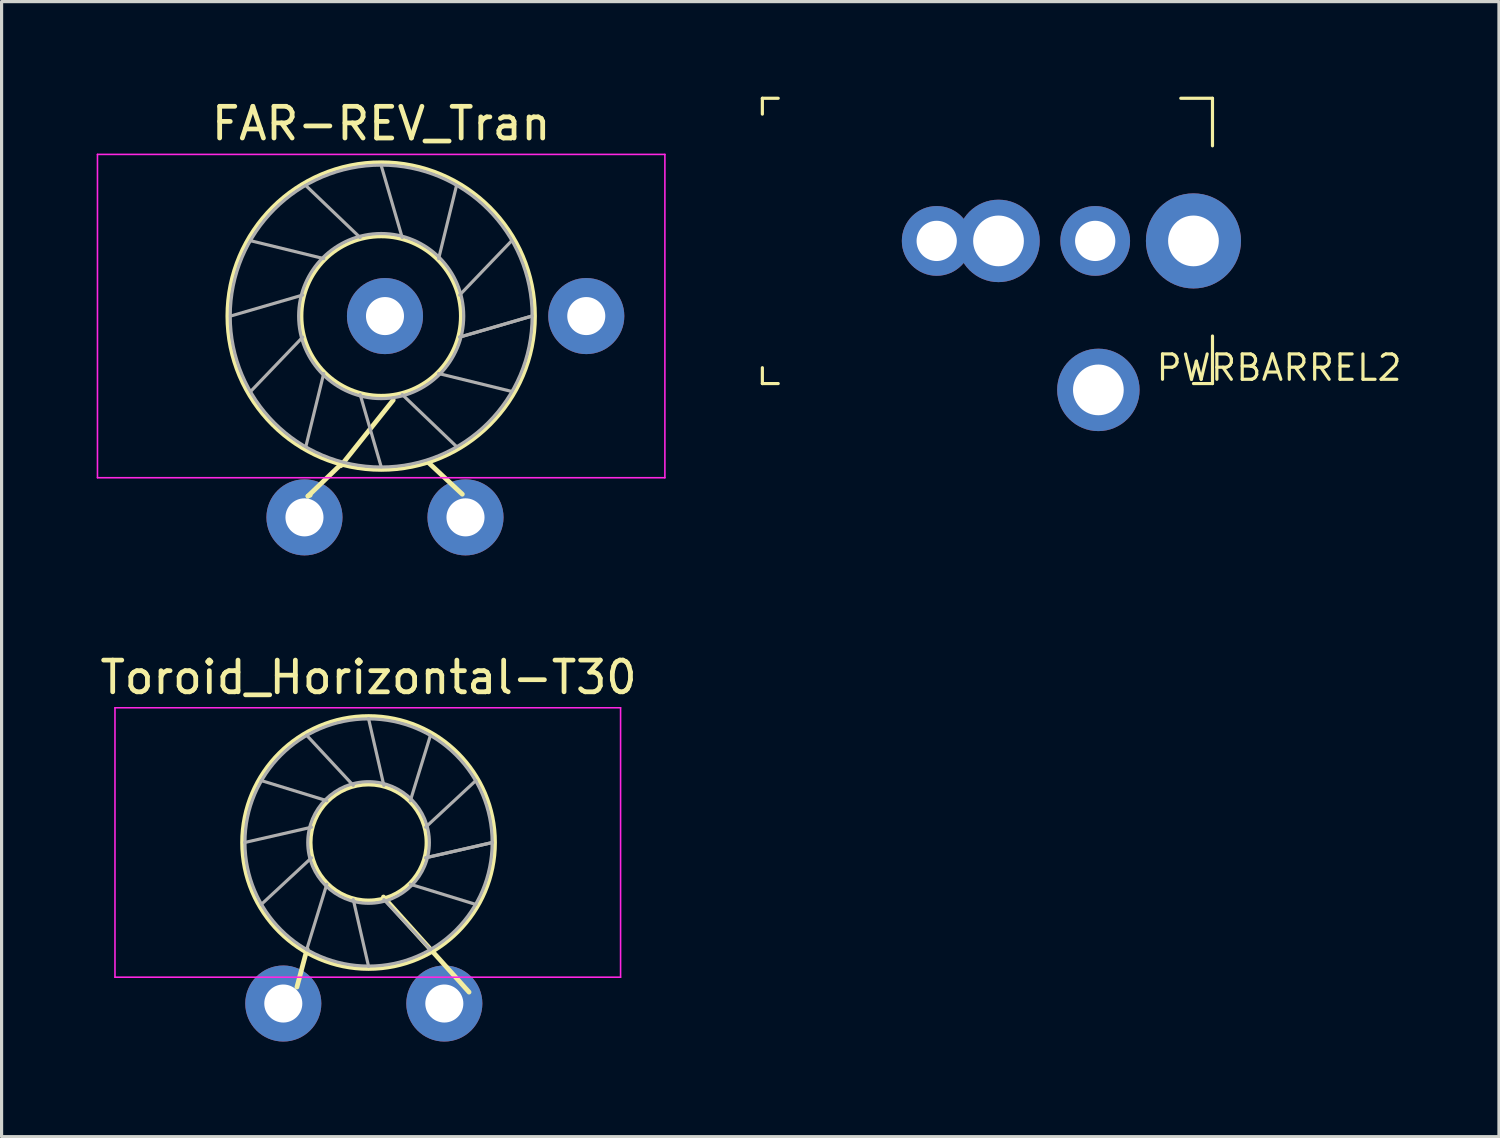
<source format=kicad_pcb>
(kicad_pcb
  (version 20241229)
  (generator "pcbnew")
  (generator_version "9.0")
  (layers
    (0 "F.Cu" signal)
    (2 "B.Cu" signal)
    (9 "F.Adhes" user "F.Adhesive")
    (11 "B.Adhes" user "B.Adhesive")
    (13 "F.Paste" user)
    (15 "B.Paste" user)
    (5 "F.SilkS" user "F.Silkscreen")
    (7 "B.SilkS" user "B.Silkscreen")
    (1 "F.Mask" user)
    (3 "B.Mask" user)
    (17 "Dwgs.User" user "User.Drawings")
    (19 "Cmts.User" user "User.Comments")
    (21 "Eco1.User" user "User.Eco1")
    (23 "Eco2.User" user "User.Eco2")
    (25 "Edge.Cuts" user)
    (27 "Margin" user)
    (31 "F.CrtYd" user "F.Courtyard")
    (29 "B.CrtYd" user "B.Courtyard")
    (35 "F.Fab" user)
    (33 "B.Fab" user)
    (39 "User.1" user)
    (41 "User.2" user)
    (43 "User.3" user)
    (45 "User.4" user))
  (footprint "FAR-REV_Tran"
    (layer "F.Cu")
    (at 1.475 6.921)
    (property "Reference" "FAR-REV_Tran" (at 7.5 -6.072 0) (layer "F.SilkS") (effects (font (size 1 1) (thickness 0.15))))
    (attr through_hole)
    (fp_line (start 5.19 5.68) (end 5.26 5.65) (stroke (width 0.15) (type solid)) (layer "F.SilkS"))
    (fp_line (start 6.23 4.68) (end 5.19 5.68) (stroke (width 0.15) (type solid)) (layer "F.SilkS"))
    (fp_line (start 6.23 4.72) (end 7.88 2.65) (stroke (width 0.15) (type solid)) (layer "F.SilkS"))
    (fp_line (start 9 4.63) (end 10.06 5.62) (stroke (width 0.15) (type solid)) (layer "F.SilkS"))
    (fp_circle (center 7.5 0) (end 10.014 0) (stroke (width 0.12) (type solid)) (fill no) (layer "F.SilkS"))
    (fp_circle (center 7.5 0) (end 12.352 0) (stroke (width 0.12) (type solid)) (fill no) (layer "F.SilkS"))
    (fp_line (start -1.45 -5.1) (end -1.45 5.1) (stroke (width 0.05) (type solid)) (layer "F.CrtYd"))
    (fp_line (start -1.45 5.1) (end 16.45 5.1) (stroke (width 0.05) (type solid)) (layer "F.CrtYd"))
    (fp_line (start 16.45 -5.1) (end -1.45 -5.1) (stroke (width 0.05) (type solid)) (layer "F.CrtYd"))
    (fp_line (start 16.45 5.1) (end 16.45 -5.1) (stroke (width 0.05) (type solid)) (layer "F.CrtYd"))
    (fp_line (start 2.745 0.000441) (end 5.024 -0.663) (stroke (width 0.1) (type solid)) (layer "F.Fab"))
    (fp_line (start 3.381 -2.377) (end 5.687 -1.813) (stroke (width 0.1) (type solid)) (layer "F.Fab"))
    (fp_line (start 3.382 2.378) (end 5.024 0.664) (stroke (width 0.1) (type solid)) (layer "F.Fab"))
    (fp_line (start 5.122 -4.118) (end 6.836 -2.476) (stroke (width 0.1) (type solid)) (layer "F.Fab"))
    (fp_line (start 5.123 4.118) (end 5.687 1.813) (stroke (width 0.1) (type solid)) (layer "F.Fab"))
    (fp_line (start 7.499 -4.755) (end 8.163 -2.477) (stroke (width 0.1) (type solid)) (layer "F.Fab"))
    (fp_line (start 7.5 4.755) (end 6.837 2.476) (stroke (width 0.1) (type solid)) (layer "F.Fab"))
    (fp_line (start 9.877 -4.119) (end 9.313 -1.813) (stroke (width 0.1) (type solid)) (layer "F.Fab"))
    (fp_line (start 9.878 4.118) (end 8.164 2.476) (stroke (width 0.1) (type solid)) (layer "F.Fab"))
    (fp_line (start 11.618 -2.378) (end 9.976 -0.664) (stroke (width 0.1) (type solid)) (layer "F.Fab"))
    (fp_line (start 11.618 2.378) (end 9.313 1.813) (stroke (width 0.1) (type solid)) (layer "F.Fab"))
    (fp_line (start 12.255 -0.001) (end 9.977 0.663) (stroke (width 0.1) (type solid)) (layer "F.Fab"))
    (fp_line (start 12.255 0) (end 9.976 0.664) (stroke (width 0.1) (type solid)) (layer "F.Fab"))
    (fp_circle (center 7.5 0) (end 10.104 0) (stroke (width 0.1) (type solid)) (fill no) (layer "F.Fab"))
    (fp_circle (center 7.5 0) (end 12.262 0) (stroke (width 0.1) (type solid)) (fill no) (layer "F.Fab"))
    (pad "1" thru_hole circle (at 7.62 0) (size 2.4 2.4) (drill 1.2) (layers "*.Cu" "*.Mask"))
    (pad "2" thru_hole circle (at 13.97 0) (size 2.4 2.4) (drill 1.2) (layers "*.Cu" "*.Mask"))
    (pad "3" thru_hole circle (at 5.08 6.35) (size 2.4 2.4) (drill 1.2) (layers "*.Cu" "*.Mask"))
    (pad "4" thru_hole circle (at 10.16 6.35) (size 2.4 2.4) (drill 1.2) (layers "*.Cu" "*.Mask")))
  (footprint "PWRBARREL2"
    (layer "F.Cu")
    (at 31.6 4.55)
    (property "Reference" "PWRBARREL2" (at 5.7 4 0) (layer "F.SilkS") (effects (font (size 0.8 0.8) (thickness 0.1))))
    (attr through_hole)
    (fp_line (start -10.6 -4.5) (end -10.1 -4.5) (stroke (width 0.1) (type solid)) (layer "F.SilkS"))
    (fp_line (start -10.6 -4) (end -10.6 -4.5) (stroke (width 0.1) (type solid)) (layer "F.SilkS"))
    (fp_line (start -10.6 4) (end -10.6 4.5) (stroke (width 0.1) (type solid)) (layer "F.SilkS"))
    (fp_line (start -10.6 4.5) (end -10.1 4.5) (stroke (width 0.1) (type solid)) (layer "F.SilkS"))
    (fp_line (start 3 4.5) (end 3.6 4.5) (stroke (width 0.1) (type solid)) (layer "F.SilkS"))
    (fp_line (start 3.6 -4.5) (end 2.6 -4.5) (stroke (width 0.1) (type solid)) (layer "F.SilkS"))
    (fp_line (start 3.6 -4.5) (end 3.6 -3) (stroke (width 0.1) (type solid)) (layer "F.SilkS"))
    (fp_line (start 3.6 4.5) (end 3.6 3) (stroke (width 0.1) (type solid)) (layer "F.SilkS"))
    (pad "1" thru_hole circle (at -0.1 0) (size 2.2 2.2) (drill 1.27) (layers "*.Cu" "*.Mask"))
    (pad "1" thru_hole circle (at 3 0) (size 3 3) (drill 1.6) (layers "*.Cu" "*.Mask"))
    (pad "2" thru_hole circle (at -5.1 0) (size 2.2 2.2) (drill 1.27) (layers "*.Cu" "*.Mask"))
    (pad "2" thru_hole circle (at -3.15 0) (size 2.6 2.6) (drill 1.6) (layers "*.Cu" "*.Mask"))
    (pad "2" thru_hole circle (at 0 4.7) (size 2.6 2.6) (drill 1.6) (layers "*.Cu" "*.Mask")))
  (footprint "Toroid_Horizontal-T30"
    (layer "F.Cu")
    (at 2.077 23.528)
    (property "Reference" "Toroid_Horizontal-T30" (at 6.5 -5.209 0) (layer "F.SilkS") (effects (font (size 1 1) (thickness 0.15))))
    (attr through_hole)
    (fp_line (start 4.56 3.36) (end 4.24 4.56) (stroke (width 0.15) (type solid)) (layer "F.SilkS"))
    (fp_line (start 6.97 1.72) (end 9.67 4.72) (stroke (width 0.15) (type solid)) (layer "F.SilkS"))
    (fp_circle (center 6.5 0) (end 8.328 0) (stroke (width 0.12) (type solid)) (fill no) (layer "F.SilkS"))
    (fp_circle (center 6.5 0) (end 10.489 0) (stroke (width 0.12) (type solid)) (fill no) (layer "F.SilkS"))
    (fp_line (start -1.5 -4.25) (end -1.5 4.25) (stroke (width 0.05) (type solid)) (layer "F.CrtYd"))
    (fp_line (start -1.5 4.25) (end 14.45 4.25) (stroke (width 0.05) (type solid)) (layer "F.CrtYd"))
    (fp_line (start 14.45 -4.25) (end -1.5 -4.25) (stroke (width 0.05) (type solid)) (layer "F.CrtYd"))
    (fp_line (start 14.45 4.25) (end 14.45 -4.25) (stroke (width 0.05) (type solid)) (layer "F.CrtYd"))
    (fp_line (start 2.591 0.000362) (end 4.699 -0.482) (stroke (width 0.1) (type solid)) (layer "F.Fab"))
    (fp_line (start 3.114 -1.954) (end 5.182 -1.318) (stroke (width 0.1) (type solid)) (layer "F.Fab"))
    (fp_line (start 3.115 1.955) (end 4.699 0.483) (stroke (width 0.1) (type solid)) (layer "F.Fab"))
    (fp_line (start 4.545 -3.385) (end 6.017 -1.801) (stroke (width 0.1) (type solid)) (layer "F.Fab"))
    (fp_line (start 4.546 3.386) (end 5.182 1.318) (stroke (width 0.1) (type solid)) (layer "F.Fab"))
    (fp_line (start 6.499 -3.909) (end 6.982 -1.801) (stroke (width 0.1) (type solid)) (layer "F.Fab"))
    (fp_line (start 6.5 3.909) (end 6.018 1.801) (stroke (width 0.1) (type solid)) (layer "F.Fab"))
    (fp_line (start 8.454 -3.386) (end 7.818 -1.318) (stroke (width 0.1) (type solid)) (layer "F.Fab"))
    (fp_line (start 8.455 3.385) (end 6.983 1.801) (stroke (width 0.1) (type solid)) (layer "F.Fab"))
    (fp_line (start 9.885 -1.955) (end 8.301 -0.483) (stroke (width 0.1) (type solid)) (layer "F.Fab"))
    (fp_line (start 9.885 1.955) (end 7.818 1.318) (stroke (width 0.1) (type solid)) (layer "F.Fab"))
    (fp_line (start 10.409 -0.001) (end 8.301 0.482) (stroke (width 0.1) (type solid)) (layer "F.Fab"))
    (fp_line (start 10.409 0) (end 8.301 0.482) (stroke (width 0.1) (type solid)) (layer "F.Fab"))
    (fp_circle (center 6.5 0) (end 8.418 0) (stroke (width 0.1) (type solid)) (fill no) (layer "F.Fab"))
    (fp_circle (center 6.5 0) (end 10.399 0) (stroke (width 0.1) (type solid)) (fill no) (layer "F.Fab"))
    (pad "1" thru_hole circle (at 3.81 5.08) (size 2.4 2.4) (drill 1.2) (layers "*.Cu" "*.Mask"))
    (pad "2" thru_hole circle (at 8.89 5.08) (size 2.4 2.4) (drill 1.2) (layers "*.Cu" "*.Mask")))
  (gr_rect
    (start -3 -3)
    (end 44.237 32.808)
    (stroke (width 0.1) (type default))
    (fill no)
    (layer "Edge.Cuts")))
</source>
